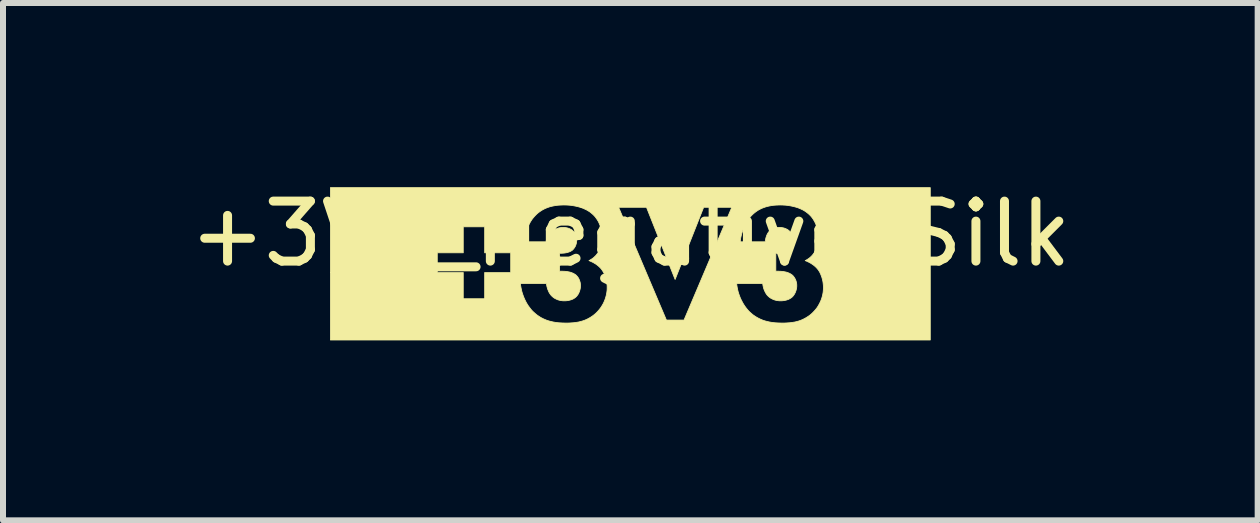
<source format=kicad_pcb>
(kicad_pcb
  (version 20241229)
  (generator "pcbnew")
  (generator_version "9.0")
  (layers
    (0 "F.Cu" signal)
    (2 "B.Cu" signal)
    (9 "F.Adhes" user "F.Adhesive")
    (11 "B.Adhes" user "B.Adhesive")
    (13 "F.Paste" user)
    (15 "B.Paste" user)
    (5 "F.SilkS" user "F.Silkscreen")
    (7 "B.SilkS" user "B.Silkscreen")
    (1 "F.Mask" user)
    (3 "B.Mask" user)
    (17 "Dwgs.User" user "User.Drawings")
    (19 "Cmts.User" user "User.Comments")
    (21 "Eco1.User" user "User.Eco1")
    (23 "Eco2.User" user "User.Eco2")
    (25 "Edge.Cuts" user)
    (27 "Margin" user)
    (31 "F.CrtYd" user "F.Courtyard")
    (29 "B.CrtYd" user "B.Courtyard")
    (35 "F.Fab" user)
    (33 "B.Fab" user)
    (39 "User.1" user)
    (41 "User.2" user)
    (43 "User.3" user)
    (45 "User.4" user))
  (footprint "+3V3_Negative_Silk"
    (layer "F.Cu")
    (at 7.458 1.348)
    (property "Reference" "+3V3_Negative_Silk" (at 0 -0.5 0) (unlocked yes) (layer "F.SilkS") (effects (font (size 1 1) (thickness 0.15))))
    (fp_poly (pts (xy 5.001 1.27) (xy -5 1.27) (xy -5 -0.183) (xy -3.218 -0.183) (xy -3.218 -0.183) (xy -3.218 0.145) (xy -2.785 0.145) (xy -2.785 0.582) (xy -2.428 0.582) (xy -2.428 0.328) (xy -1.832 0.328) (xy -1.828 0.364) (xy -1.822 0.398) (xy -1.815 0.432) (xy -1.807 0.466) (xy -1.797 0.498) (xy -1.786 0.53) (xy -1.774 0.561) (xy -1.761 0.591) (xy -1.747 0.62) (xy -1.732 0.649) (xy -1.716 0.676) (xy -1.699 0.702) (xy -1.681 0.726) (xy -1.663 0.75) (xy -1.644 0.773) (xy -1.624 0.794) (xy -1.592 0.823) (xy -1.56 0.85) (xy -1.527 0.873) (xy -1.494 0.894) (xy -1.46 0.912) (xy -1.425 0.928) (xy -1.39 0.942) (xy -1.355 0.953) (xy -1.32 0.962) (xy -1.285 0.97) (xy -1.249 0.976) (xy -1.214 0.981) (xy -1.178 0.984) (xy -1.143 0.986) (xy -1.108 0.987) (xy -1.074 0.988) (xy -1.015 0.987) (xy -0.985 0.985) (xy -0.955 0.983) (xy -0.924 0.98) (xy -0.892 0.975) (xy -0.861 0.97) (xy -0.829 0.962) (xy -0.797 0.953) (xy -0.765 0.942) (xy -0.733 0.929) (xy -0.701 0.913) (xy -0.669 0.895) (xy -0.638 0.875) (xy -0.607 0.852) (xy -0.576 0.826) (xy -0.552 0.802) (xy -0.529 0.777) (xy -0.509 0.752) (xy -0.49 0.727) (xy -0.473 0.7) (xy -0.457 0.673) (xy -0.443 0.646) (xy -0.431 0.618) (xy -0.42 0.59) (xy -0.411 0.562) (xy -0.403 0.534) (xy -0.397 0.506) (xy -0.392 0.478) (xy -0.388 0.45) (xy -0.386 0.422) (xy -0.386 0.395) (xy -0.386 0.376) (xy -0.387 0.356) (xy -0.389 0.336) (xy -0.392 0.317) (xy -0.395 0.297) (xy -0.399 0.277) (xy -0.403 0.257) (xy -0.409 0.238) (xy -0.415 0.218) (xy -0.421 0.2) (xy -0.428 0.181) (xy -0.436 0.163) (xy -0.445 0.146) (xy -0.454 0.13) (xy -0.464 0.114) (xy -0.474 0.099) (xy -0.484 0.086) (xy -0.495 0.073) (xy -0.507 0.061) (xy -0.519 0.049) (xy -0.532 0.038) (xy -0.545 0.027) (xy -0.558 0.017) (xy -0.572 0.007) (xy -0.586 -0.002) (xy -0.601 -0.011) (xy -0.615 -0.019) (xy -0.63 -0.027) (xy -0.645 -0.034) (xy -0.66 -0.041) (xy -0.674 -0.047) (xy -0.689 -0.053) (xy -0.679 -0.058) (xy -0.669 -0.064) (xy -0.66 -0.07) (xy -0.65 -0.076) (xy -0.641 -0.082) (xy -0.631 -0.088) (xy -0.622 -0.095) (xy -0.613 -0.102) (xy -0.604 -0.11) (xy -0.596 -0.118) (xy -0.587 -0.126) (xy -0.579 -0.134) (xy -0.571 -0.143) (xy -0.563 -0.153) (xy -0.555 -0.163) (xy -0.548 -0.173) (xy -0.537 -0.188) (xy -0.527 -0.203) (xy -0.519 -0.219) (xy -0.511 -0.234) (xy -0.503 -0.25) (xy -0.497 -0.266) (xy -0.491 -0.282) (xy -0.487 -0.298) (xy -0.483 -0.314) (xy -0.479 -0.33) (xy -0.476 -0.346) (xy -0.474 -0.363) (xy -0.472 -0.38) (xy -0.471 -0.396) (xy -0.471 -0.413) (xy -0.47 -0.43) (xy -0.471 -0.464) (xy -0.473 -0.496) (xy -0.477 -0.527) (xy -0.482 -0.557) (xy -0.488 -0.585) (xy -0.496 -0.612) (xy -0.504 -0.638) (xy -0.514 -0.662) (xy -0.524 -0.686) (xy -0.535 -0.708) (xy -0.547 -0.728) (xy -0.56 -0.748) (xy -0.573 -0.766) (xy -0.586 -0.784) (xy -0.601 -0.8) (xy -0.615 -0.815) (xy -0.634 -0.832) (xy -0.654 -0.849) (xy -0.676 -0.866) (xy -0.7 -0.881) (xy -0.725 -0.896) (xy -0.752 -0.909) (xy -0.78 -0.922) (xy -0.81 -0.934) (xy -0.836 -0.942) (xy -0.195 -0.942) (xy 0.602 0.938) (xy 0.895 0.938) (xy 1.154 0.328) (xy 1.773 0.328) (xy 1.777 0.364) (xy 1.783 0.398) (xy 1.79 0.432) (xy 1.798 0.466) (xy 1.808 0.498) (xy 1.819 0.53) (xy 1.831 0.561) (xy 1.844 0.591) (xy 1.859 0.62) (xy 1.874 0.649) (xy 1.89 0.676) (xy 1.907 0.702) (xy 1.924 0.726) (xy 1.943 0.75) (xy 1.962 0.773) (xy 1.981 0.794) (xy 2.013 0.823) (xy 2.045 0.85) (xy 2.078 0.873) (xy 2.112 0.894) (xy 2.146 0.912) (xy 2.18 0.928) (xy 2.215 0.942) (xy 2.25 0.953) (xy 2.285 0.962) (xy 2.321 0.97) (xy 2.356 0.976) (xy 2.392 0.981) (xy 2.427 0.984) (xy 2.462 0.986) (xy 2.497 0.987) (xy 2.532 0.988) (xy 2.59 0.987) (xy 2.62 0.985) (xy 2.651 0.983) (xy 2.682 0.98) (xy 2.713 0.975) (xy 2.745 0.97) (xy 2.777 0.962) (xy 2.809 0.953) (xy 2.841 0.942) (xy 2.872 0.929) (xy 2.904 0.913) (xy 2.936 0.895) (xy 2.967 0.875) (xy 2.999 0.852) (xy 3.029 0.826) (xy 3.053 0.802) (xy 3.076 0.777) (xy 3.097 0.752) (xy 3.116 0.727) (xy 3.133 0.7) (xy 3.148 0.673) (xy 3.162 0.646) (xy 3.175 0.618) (xy 3.186 0.59) (xy 3.195 0.562) (xy 3.203 0.534) (xy 3.209 0.506) (xy 3.214 0.478) (xy 3.217 0.45) (xy 3.219 0.422) (xy 3.22 0.395) (xy 3.219 0.376) (xy 3.218 0.356) (xy 3.216 0.336) (xy 3.214 0.317) (xy 3.211 0.297) (xy 3.207 0.277) (xy 3.202 0.257) (xy 3.197 0.238) (xy 3.191 0.218) (xy 3.184 0.2) (xy 3.177 0.181) (xy 3.169 0.163) (xy 3.161 0.146) (xy 3.152 0.13) (xy 3.142 0.114) (xy 3.132 0.099) (xy 3.121 0.086) (xy 3.11 0.073) (xy 3.099 0.061) (xy 3.086 0.049) (xy 3.074 0.038) (xy 3.061 0.027) (xy 3.047 0.017) (xy 3.033 0.007) (xy 3.019 -0.002) (xy 3.005 -0.011) (xy 2.99 -0.019) (xy 2.975 -0.027) (xy 2.96 -0.034) (xy 2.946 -0.041) (xy 2.931 -0.047) (xy 2.916 -0.053) (xy 2.926 -0.058) (xy 2.936 -0.064) (xy 2.946 -0.07) (xy 2.955 -0.076) (xy 2.965 -0.082) (xy 2.974 -0.088) (xy 2.983 -0.095) (xy 2.992 -0.102) (xy 3.001 -0.11) (xy 3.01 -0.118) (xy 3.018 -0.126) (xy 3.026 -0.134) (xy 3.035 -0.143) (xy 3.042 -0.153) (xy 3.05 -0.163) (xy 3.057 -0.173) (xy 3.068 -0.188) (xy 3.078 -0.203) (xy 3.087 -0.219) (xy 3.095 -0.234) (xy 3.102 -0.25) (xy 3.108 -0.266) (xy 3.114 -0.282) (xy 3.119 -0.298) (xy 3.123 -0.314) (xy 3.126 -0.33) (xy 3.129 -0.346) (xy 3.131 -0.363) (xy 3.133 -0.38) (xy 3.134 -0.396) (xy 3.135 -0.413) (xy 3.135 -0.43) (xy 3.134 -0.464) (xy 3.132 -0.496) (xy 3.128 -0.527) (xy 3.123 -0.557) (xy 3.117 -0.585) (xy 3.11 -0.612) (xy 3.101 -0.638) (xy 3.092 -0.662) (xy 3.081 -0.686) (xy 3.07 -0.708) (xy 3.058 -0.728) (xy 3.046 -0.748) (xy 3.033 -0.766) (xy 3.019 -0.784) (xy 3.005 -0.8) (xy 2.99 -0.815) (xy 2.972 -0.832) (xy 2.951 -0.849) (xy 2.929 -0.866) (xy 2.906 -0.881) (xy 2.881 -0.896) (xy 2.854 -0.909) (xy 2.825 -0.922) (xy 2.795 -0.934) (xy 2.763 -0.944) (xy 2.73 -0.953) (xy 2.695 -0.961) (xy 2.659 -0.968) (xy 2.62 -0.974) (xy 2.581 -0.978) (xy 2.539 -0.98) (xy 2.497 -0.981) (xy 2.467 -0.98) (xy 2.437 -0.979) (xy 2.407 -0.977) (xy 2.376 -0.974) (xy 2.345 -0.969) (xy 2.314 -0.963) (xy 2.283 -0.956) (xy 2.252 -0.947) (xy 2.221 -0.936) (xy 2.19 -0.924) (xy 2.16 -0.909) (xy 2.131 -0.893) (xy 2.102 -0.874) (xy 2.074 -0.853) (xy 2.047 -0.83) (xy 2.02 -0.804) (xy 2.002 -0.784) (xy 1.985 -0.763) (xy 1.968 -0.741) (xy 1.952 -0.717) (xy 1.937 -0.692) (xy 1.922 -0.666) (xy 1.909 -0.64) (xy 1.896 -0.612) (xy 1.885 -0.584) (xy 1.874 -0.555) (xy 1.865 -0.526) (xy 1.856 -0.497) (xy 1.849 -0.467) (xy 1.842 -0.437) (xy 1.837 -0.407) (xy 1.833 -0.377) (xy 1.833 -0.367) (xy 2.25 -0.367) (xy 2.25 -0.378) (xy 2.252 -0.39) (xy 2.254 -0.402) (xy 2.256 -0.414) (xy 2.259 -0.426) (xy 2.262 -0.438) (xy 2.266 -0.45) (xy 2.27 -0.462) (xy 2.274 -0.473) (xy 2.279 -0.485) (xy 2.285 -0.496) (xy 2.29 -0.506) (xy 2.296 -0.516) (xy 2.303 -0.526) (xy 2.31 -0.535) (xy 2.317 -0.543) (xy 2.324 -0.55) (xy 2.331 -0.557) (xy 2.339 -0.564) (xy 2.348 -0.57) (xy 2.357 -0.575) (xy 2.367 -0.58) (xy 2.377 -0.585) (xy 2.388 -0.59) (xy 2.399 -0.593) (xy 2.411 -0.597) (xy 2.423 -0.6) (xy 2.435 -0.602) (xy 2.447 -0.604) (xy 2.46 -0.606) (xy 2.473 -0.606) (xy 2.486 -0.607) (xy 2.499 -0.606) (xy 2.512 -0.606) (xy 2.524 -0.604) (xy 2.536 -0.602) (xy 2.548 -0.6) (xy 2.559 -0.597) (xy 2.57 -0.594) (xy 2.58 -0.59) (xy 2.59 -0.586) (xy 2.6 -0.582) (xy 2.609 -0.577) (xy 2.618 -0.573) (xy 2.626 -0.567) (xy 2.634 -0.562) (xy 2.641 -0.556) (xy 2.648 -0.55) (xy 2.655 -0.544) (xy 2.662 -0.537) (xy 2.668 -0.53) (xy 2.675 -0.522) (xy 2.68 -0.514) (xy 2.685 -0.505) (xy 2.69 -0.496) (xy 2.695 -0.486) (xy 2.698 -0.476) (xy 2.702 -0.466) (xy 2.705 -0.456) (xy 2.707 -0.445) (xy 2.709 -0.433) (xy 2.711 -0.422) (xy 2.711 -0.41) (xy 2.712 -0.399) (xy 2.712 -0.391) (xy 2.711 -0.384) (xy 2.71 -0.371) (xy 2.709 -0.357) (xy 2.706 -0.344) (xy 2.703 -0.332) (xy 2.7 -0.32) (xy 2.696 -0.309) (xy 2.691 -0.298) (xy 2.686 -0.288) (xy 2.681 -0.278) (xy 2.675 -0.269) (xy 2.669 -0.26) (xy 2.662 -0.251) (xy 2.655 -0.244) (xy 2.648 -0.236) (xy 2.641 -0.229) (xy 2.635 -0.224) (xy 2.629 -0.22) (xy 2.622 -0.216) (xy 2.616 -0.212) (xy 2.609 -0.208) (xy 2.602 -0.205) (xy 2.588 -0.199) (xy 2.574 -0.194) (xy 2.559 -0.189) (xy 2.545 -0.186) (xy 2.531 -0.183) (xy 2.518 -0.181) (xy 2.505 -0.179) (xy 2.493 -0.178) (xy 2.482 -0.177) (xy 2.463 -0.176) (xy 2.451 -0.176) (xy 2.426 -0.176) (xy 2.426 0.123) (xy 2.461 0.123) (xy 2.488 0.124) (xy 2.516 0.125) (xy 2.531 0.127) (xy 2.547 0.128) (xy 2.562 0.131) (xy 2.578 0.134) (xy 2.593 0.137) (xy 2.609 0.141) (xy 2.624 0.146) (xy 2.639 0.152) (xy 2.653 0.158) (xy 2.668 0.166) (xy 2.681 0.174) (xy 2.694 0.183) (xy 2.703 0.19) (xy 2.711 0.198) (xy 2.719 0.207) (xy 2.726 0.216) (xy 2.733 0.226) (xy 2.74 0.236) (xy 2.746 0.247) (xy 2.752 0.259) (xy 2.757 0.271) (xy 2.762 0.283) (xy 2.766 0.296) (xy 2.769 0.309) (xy 2.772 0.322) (xy 2.774 0.336) (xy 2.775 0.35) (xy 2.775 0.363) (xy 2.775 0.377) (xy 2.774 0.391) (xy 2.772 0.405) (xy 2.77 0.418) (xy 2.766 0.432) (xy 2.763 0.445) (xy 2.758 0.458) (xy 2.754 0.471) (xy 2.748 0.483) (xy 2.742 0.495) (xy 2.736 0.506) (xy 2.729 0.517) (xy 2.722 0.527) (xy 2.714 0.537) (xy 2.706 0.546) (xy 2.698 0.554) (xy 2.689 0.562) (xy 2.679 0.569) (xy 2.669 0.575) (xy 2.659 0.582) (xy 2.648 0.587) (xy 2.637 0.593) (xy 2.625 0.597) (xy 2.613 0.601) (xy 2.601 0.605) (xy 2.588 0.608) (xy 2.575 0.611) (xy 2.562 0.613) (xy 2.548 0.615) (xy 2.535 0.616) (xy 2.521 0.617) (xy 2.507 0.617) (xy 2.491 0.617) (xy 2.475 0.616) (xy 2.459 0.614) (xy 2.444 0.612) (xy 2.429 0.609) (xy 2.415 0.605) (xy 2.401 0.601) (xy 2.387 0.596) (xy 2.374 0.59) (xy 2.362 0.584) (xy 2.35 0.578) (xy 2.338 0.571) (xy 2.328 0.564) (xy 2.317 0.556) (xy 2.308 0.548) (xy 2.299 0.54) (xy 2.289 0.53) (xy 2.28 0.52) (xy 2.271 0.508) (xy 2.263 0.496) (xy 2.256 0.484) (xy 2.249 0.471) (xy 2.242 0.457) (xy 2.236 0.443) (xy 2.23 0.429) (xy 2.225 0.415) (xy 2.221 0.4) (xy 2.217 0.385) (xy 2.214 0.371) (xy 2.211 0.356) (xy 2.209 0.342) (xy 2.207 0.328) (xy 1.773 0.328) (xy 1.154 0.328) (xy 1.692 -0.942) (xy 1.223 -0.942) (xy 0.747 0.261) (xy 0.27 -0.942) (xy -0.195 -0.942) (xy -0.836 -0.942) (xy -0.842 -0.944) (xy -0.875 -0.953) (xy -0.91 -0.961) (xy -0.947 -0.968) (xy -0.985 -0.974) (xy -1.025 -0.978) (xy -1.066 -0.98) (xy -1.109 -0.981) (xy -1.138 -0.98) (xy -1.168 -0.979) (xy -1.199 -0.977) (xy -1.229 -0.974) (xy -1.26 -0.969) (xy -1.291 -0.963) (xy -1.323 -0.956) (xy -1.354 -0.947) (xy -1.384 -0.936) (xy -1.415 -0.924) (xy -1.445 -0.909) (xy -1.474 -0.893) (xy -1.503 -0.874) (xy -1.532 -0.853) (xy -1.559 -0.83) (xy -1.585 -0.804) (xy -1.603 -0.784) (xy -1.621 -0.763) (xy -1.638 -0.741) (xy -1.654 -0.717) (xy -1.669 -0.692) (xy -1.683 -0.666) (xy -1.696 -0.64) (xy -1.709 -0.612) (xy -1.721 -0.584) (xy -1.731 -0.555) (xy -1.741 -0.526) (xy -1.749 -0.497) (xy -1.757 -0.467) (xy -1.763 -0.437) (xy -1.768 -0.407) (xy -1.772 -0.377) (xy -1.772 -0.367) (xy -1.356 -0.367) (xy -1.355 -0.378) (xy -1.354 -0.39) (xy -1.352 -0.402) (xy -1.349 -0.414) (xy -1.347 -0.426) (xy -1.343 -0.438) (xy -1.34 -0.45) (xy -1.336 -0.462) (xy -1.331 -0.473) (xy -1.326 -0.485) (xy -1.321 -0.496) (xy -1.315 -0.506) (xy -1.309 -0.516) (xy -1.303 -0.526) (xy -1.296 -0.535) (xy -1.289 -0.543) (xy -1.282 -0.55) (xy -1.274 -0.557) (xy -1.266 -0.564) (xy -1.257 -0.57) (xy -1.248 -0.575) (xy -1.238 -0.58) (xy -1.228 -0.585) (xy -1.217 -0.59) (xy -1.206 -0.593) (xy -1.195 -0.597) (xy -1.183 -0.6) (xy -1.171 -0.602) (xy -1.158 -0.604) (xy -1.146 -0.606) (xy -1.133 -0.606) (xy -1.119 -0.607) (xy -1.106 -0.606) (xy -1.094 -0.606) (xy -1.081 -0.604) (xy -1.069 -0.602) (xy -1.058 -0.6) (xy -1.046 -0.597) (xy -1.036 -0.594) (xy -1.025 -0.59) (xy -1.015 -0.586) (xy -1.005 -0.582) (xy -0.996 -0.577) (xy -0.987 -0.573) (xy -0.979 -0.567) (xy -0.971 -0.562) (xy -0.964 -0.556) (xy -0.957 -0.55) (xy -0.95 -0.544) (xy -0.943 -0.537) (xy -0.937 -0.53) (xy -0.931 -0.522) (xy -0.925 -0.514) (xy -0.92 -0.505) (xy -0.915 -0.496) (xy -0.911 -0.486) (xy -0.907 -0.476) (xy -0.904 -0.466) (xy -0.901 -0.456) (xy -0.898 -0.445) (xy -0.896 -0.433) (xy -0.895 -0.422) (xy -0.894 -0.41) (xy -0.894 -0.399) (xy -0.894 -0.391) (xy -0.894 -0.384) (xy -0.895 -0.371) (xy -0.897 -0.357) (xy -0.899 -0.344) (xy -0.902 -0.332) (xy -0.906 -0.32) (xy -0.91 -0.309) (xy -0.914 -0.298) (xy -0.919 -0.288) (xy -0.925 -0.278) (xy -0.931 -0.269) (xy -0.937 -0.26) (xy -0.943 -0.251) (xy -0.95 -0.244) (xy -0.957 -0.236) (xy -0.964 -0.229) (xy -0.97 -0.224) (xy -0.977 -0.22) (xy -0.983 -0.216) (xy -0.99 -0.212) (xy -0.996 -0.208) (xy -1.003 -0.205) (xy -1.017 -0.199) (xy -1.032 -0.194) (xy -1.046 -0.189) (xy -1.06 -0.186) (xy -1.074 -0.183) (xy -1.087 -0.181) (xy -1.1 -0.179) (xy -1.112 -0.178) (xy -1.123 -0.177) (xy -1.142 -0.176) (xy -1.155 -0.176) (xy -1.179 -0.176) (xy -1.179 0.123) (xy -1.144 0.123) (xy -1.118 0.124) (xy -1.089 0.125) (xy -1.074 0.127) (xy -1.059 0.128) (xy -1.043 0.131) (xy -1.028 0.134) (xy -1.012 0.137) (xy -0.997 0.141) (xy -0.982 0.146) (xy -0.967 0.152) (xy -0.952 0.158) (xy -0.938 0.166) (xy -0.924 0.174) (xy -0.911 0.183) (xy -0.903 0.19) (xy -0.895 0.198) (xy -0.887 0.207) (xy -0.879 0.216) (xy -0.872 0.226) (xy -0.865 0.236) (xy -0.859 0.247) (xy -0.854 0.259) (xy -0.848 0.271) (xy -0.844 0.283) (xy -0.84 0.296) (xy -0.836 0.309) (xy -0.834 0.322) (xy -0.832 0.336) (xy -0.831 0.35) (xy -0.83 0.363) (xy -0.831 0.377) (xy -0.832 0.391) (xy -0.833 0.405) (xy -0.836 0.418) (xy -0.839 0.432) (xy -0.843 0.445) (xy -0.847 0.458) (xy -0.852 0.471) (xy -0.857 0.483) (xy -0.863 0.495) (xy -0.869 0.506) (xy -0.876 0.517) (xy -0.884 0.527) (xy -0.891 0.537) (xy -0.899 0.546) (xy -0.908 0.554) (xy -0.917 0.562) (xy -0.926 0.569) (xy -0.936 0.575) (xy -0.946 0.582) (xy -0.957 0.587) (xy -0.969 0.593) (xy -0.98 0.597) (xy -0.992 0.601) (xy -1.005 0.605) (xy -1.018 0.608) (xy -1.031 0.611) (xy -1.044 0.613) (xy -1.057 0.615) (xy -1.071 0.616) (xy -1.084 0.617) (xy -1.098 0.617) (xy -1.115 0.617) (xy -1.131 0.616) (xy -1.146 0.614) (xy -1.162 0.612) (xy -1.176 0.609) (xy -1.191 0.605) (xy -1.205 0.601) (xy -1.218 0.596) (xy -1.231 0.59) (xy -1.244 0.584) (xy -1.256 0.578) (xy -1.267 0.571) (xy -1.278 0.564) (xy -1.288 0.556) (xy -1.297 0.548) (xy -1.306 0.54) (xy -1.316 0.53) (xy -1.325 0.52) (xy -1.334 0.508) (xy -1.342 0.496) (xy -1.35 0.484) (xy -1.357 0.471) (xy -1.363 0.457) (xy -1.369 0.443) (xy -1.375 0.429) (xy -1.38 0.415) (xy -1.384 0.4) (xy -1.388 0.385) (xy -1.392 0.371) (xy -1.394 0.356) (xy -1.397 0.342) (xy -1.398 0.328) (xy -1.832 0.328) (xy -2.428 0.328) (xy -2.428 0.145) (xy -1.994 0.145) (xy -1.994 -0.183) (xy -2.428 -0.183) (xy -2.428 -0.617) (xy -2.785 -0.617) (xy -2.785 -0.183) (xy -3.218 -0.183) (xy -5 -0.183) (xy -5 -1.27) (xy 5.001 -1.27)) (stroke (width 0.013) (type solid)) (fill yes) (layer "F.SilkS")))
  (gr_rect
    (start -3 -3)
    (end 17.917 5.625)
    (stroke (width 0.1) (type default))
    (fill no)
    (layer "Edge.Cuts")))
</source>
